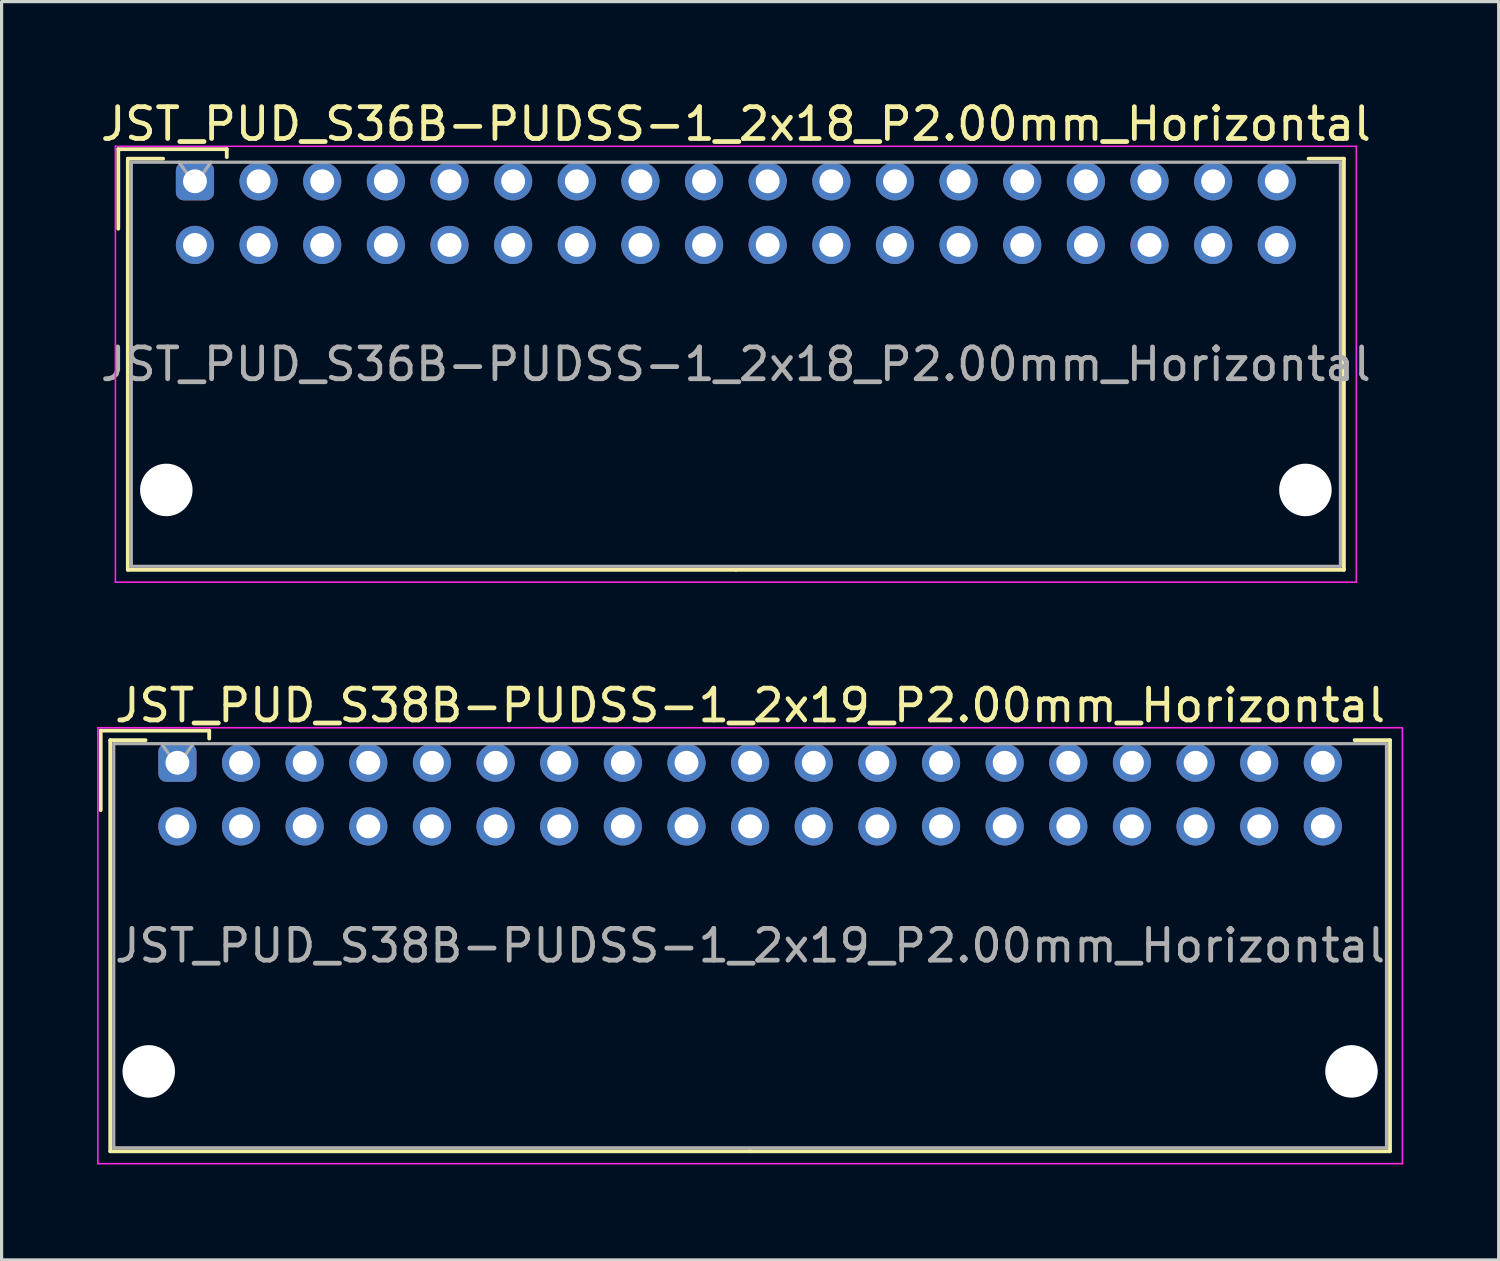
<source format=kicad_pcb>
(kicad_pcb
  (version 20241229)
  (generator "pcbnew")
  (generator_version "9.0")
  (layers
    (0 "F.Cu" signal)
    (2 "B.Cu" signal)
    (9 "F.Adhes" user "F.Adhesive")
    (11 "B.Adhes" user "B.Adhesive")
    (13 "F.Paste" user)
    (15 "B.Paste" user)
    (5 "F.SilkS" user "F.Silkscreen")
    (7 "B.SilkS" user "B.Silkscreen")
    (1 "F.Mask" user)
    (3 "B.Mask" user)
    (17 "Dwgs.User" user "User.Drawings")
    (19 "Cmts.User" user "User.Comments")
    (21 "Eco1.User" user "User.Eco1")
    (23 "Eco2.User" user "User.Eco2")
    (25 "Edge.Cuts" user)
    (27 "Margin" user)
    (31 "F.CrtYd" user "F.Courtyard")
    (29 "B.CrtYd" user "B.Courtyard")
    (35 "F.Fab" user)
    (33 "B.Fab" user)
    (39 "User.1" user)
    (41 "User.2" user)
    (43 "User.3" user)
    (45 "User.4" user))
  (footprint "JST_PUD_S36B-PUDSS-1_2x18_P2.00mm_Horizontal"
    (layer "F.Cu")
    (at 3.077 2.648)
    (property "Reference" "JST_PUD_S36B-PUDSS-1_2x18_P2.00mm_Horizontal" (at 17 -1.8 0) (layer "F.SilkS") (effects (font (size 1 1) (thickness 0.15))))
    (attr through_hole)
    (fp_line (start -2.41 -1.01) (end -2.41 1.49) (stroke (width 0.12) (type solid)) (layer "F.SilkS"))
    (fp_line (start -2.11 -0.71) (end -2.11 12.21) (stroke (width 0.12) (type solid)) (layer "F.SilkS"))
    (fp_line (start -2.11 12.21) (end 17 12.21) (stroke (width 0.12) (type solid)) (layer "F.SilkS"))
    (fp_line (start -1 -0.71) (end -2.11 -0.71) (stroke (width 0.12) (type solid)) (layer "F.SilkS"))
    (fp_line (start 1 -1.01) (end -2.41 -1.01) (stroke (width 0.12) (type solid)) (layer "F.SilkS"))
    (fp_line (start 1 -0.76) (end 1 -1.01) (stroke (width 0.12) (type solid)) (layer "F.SilkS"))
    (fp_line (start 35 -0.71) (end 36.11 -0.71) (stroke (width 0.12) (type solid)) (layer "F.SilkS"))
    (fp_line (start 36.11 -0.71) (end 36.11 12.21) (stroke (width 0.12) (type solid)) (layer "F.SilkS"))
    (fp_line (start 36.11 12.21) (end 17 12.21) (stroke (width 0.12) (type solid)) (layer "F.SilkS"))
    (fp_line (start -2.5 -1.1) (end -2.5 12.6) (stroke (width 0.05) (type solid)) (layer "F.CrtYd"))
    (fp_line (start -2.5 12.6) (end 36.5 12.6) (stroke (width 0.05) (type solid)) (layer "F.CrtYd"))
    (fp_line (start 36.5 -1.1) (end -2.5 -1.1) (stroke (width 0.05) (type solid)) (layer "F.CrtYd"))
    (fp_line (start 36.5 12.6) (end 36.5 -1.1) (stroke (width 0.05) (type solid)) (layer "F.CrtYd"))
    (fp_line (start -2 -0.6) (end -2 12.1) (stroke (width 0.1) (type solid)) (layer "F.Fab"))
    (fp_line (start -2 12.1) (end 36 12.1) (stroke (width 0.1) (type solid)) (layer "F.Fab"))
    (fp_line (start 0 0.107) (end -0.5 -0.6) (stroke (width 0.1) (type solid)) (layer "F.Fab"))
    (fp_line (start 0.5 -0.6) (end 0 0.107) (stroke (width 0.1) (type solid)) (layer "F.Fab"))
    (fp_line (start 36 -0.6) (end -2 -0.6) (stroke (width 0.1) (type solid)) (layer "F.Fab"))
    (fp_line (start 36 12.1) (end 36 -0.6) (stroke (width 0.1) (type solid)) (layer "F.Fab"))
    (fp_text user "${REFERENCE}" (at 17 5.75 0) (layer "F.Fab") (effects (font (size 1 1) (thickness 0.15))))
    (pad "" np_thru_hole circle (at -0.9 9.7) (size 1.65 1.65) (drill 1.65) (layers "*.Cu" "*.Mask"))
    (pad "" np_thru_hole circle (at 34.9 9.7) (size 1.65 1.65) (drill 1.65) (layers "*.Cu" "*.Mask"))
    (pad "1" thru_hole roundrect (at 0 0) (size 1.2 1.2) (drill 0.75) (layers "*.Cu" "*.Mask") (roundrect_rratio 0.208))
    (pad "2" thru_hole circle (at 0 2) (size 1.2 1.2) (drill 0.75) (layers "*.Cu" "*.Mask"))
    (pad "3" thru_hole circle (at 2 0) (size 1.2 1.2) (drill 0.75) (layers "*.Cu" "*.Mask"))
    (pad "4" thru_hole circle (at 2 2) (size 1.2 1.2) (drill 0.75) (layers "*.Cu" "*.Mask"))
    (pad "5" thru_hole circle (at 4 0) (size 1.2 1.2) (drill 0.75) (layers "*.Cu" "*.Mask"))
    (pad "6" thru_hole circle (at 4 2) (size 1.2 1.2) (drill 0.75) (layers "*.Cu" "*.Mask"))
    (pad "7" thru_hole circle (at 6 0) (size 1.2 1.2) (drill 0.75) (layers "*.Cu" "*.Mask"))
    (pad "8" thru_hole circle (at 6 2) (size 1.2 1.2) (drill 0.75) (layers "*.Cu" "*.Mask"))
    (pad "9" thru_hole circle (at 8 0) (size 1.2 1.2) (drill 0.75) (layers "*.Cu" "*.Mask"))
    (pad "10" thru_hole circle (at 8 2) (size 1.2 1.2) (drill 0.75) (layers "*.Cu" "*.Mask"))
    (pad "11" thru_hole circle (at 10 0) (size 1.2 1.2) (drill 0.75) (layers "*.Cu" "*.Mask"))
    (pad "12" thru_hole circle (at 10 2) (size 1.2 1.2) (drill 0.75) (layers "*.Cu" "*.Mask"))
    (pad "13" thru_hole circle (at 12 0) (size 1.2 1.2) (drill 0.75) (layers "*.Cu" "*.Mask"))
    (pad "14" thru_hole circle (at 12 2) (size 1.2 1.2) (drill 0.75) (layers "*.Cu" "*.Mask"))
    (pad "15" thru_hole circle (at 14 0) (size 1.2 1.2) (drill 0.75) (layers "*.Cu" "*.Mask"))
    (pad "16" thru_hole circle (at 14 2) (size 1.2 1.2) (drill 0.75) (layers "*.Cu" "*.Mask"))
    (pad "17" thru_hole circle (at 16 0) (size 1.2 1.2) (drill 0.75) (layers "*.Cu" "*.Mask"))
    (pad "18" thru_hole circle (at 16 2) (size 1.2 1.2) (drill 0.75) (layers "*.Cu" "*.Mask"))
    (pad "19" thru_hole circle (at 18 0) (size 1.2 1.2) (drill 0.75) (layers "*.Cu" "*.Mask"))
    (pad "20" thru_hole circle (at 18 2) (size 1.2 1.2) (drill 0.75) (layers "*.Cu" "*.Mask"))
    (pad "21" thru_hole circle (at 20 0) (size 1.2 1.2) (drill 0.75) (layers "*.Cu" "*.Mask"))
    (pad "22" thru_hole circle (at 20 2) (size 1.2 1.2) (drill 0.75) (layers "*.Cu" "*.Mask"))
    (pad "23" thru_hole circle (at 22 0) (size 1.2 1.2) (drill 0.75) (layers "*.Cu" "*.Mask"))
    (pad "24" thru_hole circle (at 22 2) (size 1.2 1.2) (drill 0.75) (layers "*.Cu" "*.Mask"))
    (pad "25" thru_hole circle (at 24 0) (size 1.2 1.2) (drill 0.75) (layers "*.Cu" "*.Mask"))
    (pad "26" thru_hole circle (at 24 2) (size 1.2 1.2) (drill 0.75) (layers "*.Cu" "*.Mask"))
    (pad "27" thru_hole circle (at 26 0) (size 1.2 1.2) (drill 0.75) (layers "*.Cu" "*.Mask"))
    (pad "28" thru_hole circle (at 26 2) (size 1.2 1.2) (drill 0.75) (layers "*.Cu" "*.Mask"))
    (pad "29" thru_hole circle (at 28 0) (size 1.2 1.2) (drill 0.75) (layers "*.Cu" "*.Mask"))
    (pad "30" thru_hole circle (at 28 2) (size 1.2 1.2) (drill 0.75) (layers "*.Cu" "*.Mask"))
    (pad "31" thru_hole circle (at 30 0) (size 1.2 1.2) (drill 0.75) (layers "*.Cu" "*.Mask"))
    (pad "32" thru_hole circle (at 30 2) (size 1.2 1.2) (drill 0.75) (layers "*.Cu" "*.Mask"))
    (pad "33" thru_hole circle (at 32 0) (size 1.2 1.2) (drill 0.75) (layers "*.Cu" "*.Mask"))
    (pad "34" thru_hole circle (at 32 2) (size 1.2 1.2) (drill 0.75) (layers "*.Cu" "*.Mask"))
    (pad "35" thru_hole circle (at 34 0) (size 1.2 1.2) (drill 0.75) (layers "*.Cu" "*.Mask"))
    (pad "36" thru_hole circle (at 34 2) (size 1.2 1.2) (drill 0.75) (layers "*.Cu" "*.Mask")))
  (footprint "JST_PUD_S38B-PUDSS-1_2x19_P2.00mm_Horizontal"
    (layer "F.Cu")
    (at 2.525 20.922)
    (property "Reference" "JST_PUD_S38B-PUDSS-1_2x19_P2.00mm_Horizontal" (at 18 -1.8 0) (layer "F.SilkS") (effects (font (size 1 1) (thickness 0.15))))
    (attr through_hole)
    (fp_line (start -2.41 -1.01) (end -2.41 1.49) (stroke (width 0.12) (type solid)) (layer "F.SilkS"))
    (fp_line (start -2.11 -0.71) (end -2.11 12.21) (stroke (width 0.12) (type solid)) (layer "F.SilkS"))
    (fp_line (start -2.11 12.21) (end 18 12.21) (stroke (width 0.12) (type solid)) (layer "F.SilkS"))
    (fp_line (start -1 -0.71) (end -2.11 -0.71) (stroke (width 0.12) (type solid)) (layer "F.SilkS"))
    (fp_line (start 1 -1.01) (end -2.41 -1.01) (stroke (width 0.12) (type solid)) (layer "F.SilkS"))
    (fp_line (start 1 -0.76) (end 1 -1.01) (stroke (width 0.12) (type solid)) (layer "F.SilkS"))
    (fp_line (start 37 -0.71) (end 38.11 -0.71) (stroke (width 0.12) (type solid)) (layer "F.SilkS"))
    (fp_line (start 38.11 -0.71) (end 38.11 12.21) (stroke (width 0.12) (type solid)) (layer "F.SilkS"))
    (fp_line (start 38.11 12.21) (end 18 12.21) (stroke (width 0.12) (type solid)) (layer "F.SilkS"))
    (fp_line (start -2.5 -1.1) (end -2.5 12.6) (stroke (width 0.05) (type solid)) (layer "F.CrtYd"))
    (fp_line (start -2.5 12.6) (end 38.5 12.6) (stroke (width 0.05) (type solid)) (layer "F.CrtYd"))
    (fp_line (start 38.5 -1.1) (end -2.5 -1.1) (stroke (width 0.05) (type solid)) (layer "F.CrtYd"))
    (fp_line (start 38.5 12.6) (end 38.5 -1.1) (stroke (width 0.05) (type solid)) (layer "F.CrtYd"))
    (fp_line (start -2 -0.6) (end -2 12.1) (stroke (width 0.1) (type solid)) (layer "F.Fab"))
    (fp_line (start -2 12.1) (end 38 12.1) (stroke (width 0.1) (type solid)) (layer "F.Fab"))
    (fp_line (start 0 0.107) (end -0.5 -0.6) (stroke (width 0.1) (type solid)) (layer "F.Fab"))
    (fp_line (start 0.5 -0.6) (end 0 0.107) (stroke (width 0.1) (type solid)) (layer "F.Fab"))
    (fp_line (start 38 -0.6) (end -2 -0.6) (stroke (width 0.1) (type solid)) (layer "F.Fab"))
    (fp_line (start 38 12.1) (end 38 -0.6) (stroke (width 0.1) (type solid)) (layer "F.Fab"))
    (fp_text user "${REFERENCE}" (at 18 5.75 0) (layer "F.Fab") (effects (font (size 1 1) (thickness 0.15))))
    (pad "" np_thru_hole circle (at -0.9 9.7) (size 1.65 1.65) (drill 1.65) (layers "*.Cu" "*.Mask"))
    (pad "" np_thru_hole circle (at 36.9 9.7) (size 1.65 1.65) (drill 1.65) (layers "*.Cu" "*.Mask"))
    (pad "1" thru_hole roundrect (at 0 0) (size 1.2 1.2) (drill 0.75) (layers "*.Cu" "*.Mask") (roundrect_rratio 0.208))
    (pad "2" thru_hole circle (at 0 2) (size 1.2 1.2) (drill 0.75) (layers "*.Cu" "*.Mask"))
    (pad "3" thru_hole circle (at 2 0) (size 1.2 1.2) (drill 0.75) (layers "*.Cu" "*.Mask"))
    (pad "4" thru_hole circle (at 2 2) (size 1.2 1.2) (drill 0.75) (layers "*.Cu" "*.Mask"))
    (pad "5" thru_hole circle (at 4 0) (size 1.2 1.2) (drill 0.75) (layers "*.Cu" "*.Mask"))
    (pad "6" thru_hole circle (at 4 2) (size 1.2 1.2) (drill 0.75) (layers "*.Cu" "*.Mask"))
    (pad "7" thru_hole circle (at 6 0) (size 1.2 1.2) (drill 0.75) (layers "*.Cu" "*.Mask"))
    (pad "8" thru_hole circle (at 6 2) (size 1.2 1.2) (drill 0.75) (layers "*.Cu" "*.Mask"))
    (pad "9" thru_hole circle (at 8 0) (size 1.2 1.2) (drill 0.75) (layers "*.Cu" "*.Mask"))
    (pad "10" thru_hole circle (at 8 2) (size 1.2 1.2) (drill 0.75) (layers "*.Cu" "*.Mask"))
    (pad "11" thru_hole circle (at 10 0) (size 1.2 1.2) (drill 0.75) (layers "*.Cu" "*.Mask"))
    (pad "12" thru_hole circle (at 10 2) (size 1.2 1.2) (drill 0.75) (layers "*.Cu" "*.Mask"))
    (pad "13" thru_hole circle (at 12 0) (size 1.2 1.2) (drill 0.75) (layers "*.Cu" "*.Mask"))
    (pad "14" thru_hole circle (at 12 2) (size 1.2 1.2) (drill 0.75) (layers "*.Cu" "*.Mask"))
    (pad "15" thru_hole circle (at 14 0) (size 1.2 1.2) (drill 0.75) (layers "*.Cu" "*.Mask"))
    (pad "16" thru_hole circle (at 14 2) (size 1.2 1.2) (drill 0.75) (layers "*.Cu" "*.Mask"))
    (pad "17" thru_hole circle (at 16 0) (size 1.2 1.2) (drill 0.75) (layers "*.Cu" "*.Mask"))
    (pad "18" thru_hole circle (at 16 2) (size 1.2 1.2) (drill 0.75) (layers "*.Cu" "*.Mask"))
    (pad "19" thru_hole circle (at 18 0) (size 1.2 1.2) (drill 0.75) (layers "*.Cu" "*.Mask"))
    (pad "20" thru_hole circle (at 18 2) (size 1.2 1.2) (drill 0.75) (layers "*.Cu" "*.Mask"))
    (pad "21" thru_hole circle (at 20 0) (size 1.2 1.2) (drill 0.75) (layers "*.Cu" "*.Mask"))
    (pad "22" thru_hole circle (at 20 2) (size 1.2 1.2) (drill 0.75) (layers "*.Cu" "*.Mask"))
    (pad "23" thru_hole circle (at 22 0) (size 1.2 1.2) (drill 0.75) (layers "*.Cu" "*.Mask"))
    (pad "24" thru_hole circle (at 22 2) (size 1.2 1.2) (drill 0.75) (layers "*.Cu" "*.Mask"))
    (pad "25" thru_hole circle (at 24 0) (size 1.2 1.2) (drill 0.75) (layers "*.Cu" "*.Mask"))
    (pad "26" thru_hole circle (at 24 2) (size 1.2 1.2) (drill 0.75) (layers "*.Cu" "*.Mask"))
    (pad "27" thru_hole circle (at 26 0) (size 1.2 1.2) (drill 0.75) (layers "*.Cu" "*.Mask"))
    (pad "28" thru_hole circle (at 26 2) (size 1.2 1.2) (drill 0.75) (layers "*.Cu" "*.Mask"))
    (pad "29" thru_hole circle (at 28 0) (size 1.2 1.2) (drill 0.75) (layers "*.Cu" "*.Mask"))
    (pad "30" thru_hole circle (at 28 2) (size 1.2 1.2) (drill 0.75) (layers "*.Cu" "*.Mask"))
    (pad "31" thru_hole circle (at 30 0) (size 1.2 1.2) (drill 0.75) (layers "*.Cu" "*.Mask"))
    (pad "32" thru_hole circle (at 30 2) (size 1.2 1.2) (drill 0.75) (layers "*.Cu" "*.Mask"))
    (pad "33" thru_hole circle (at 32 0) (size 1.2 1.2) (drill 0.75) (layers "*.Cu" "*.Mask"))
    (pad "34" thru_hole circle (at 32 2) (size 1.2 1.2) (drill 0.75) (layers "*.Cu" "*.Mask"))
    (pad "35" thru_hole circle (at 34 0) (size 1.2 1.2) (drill 0.75) (layers "*.Cu" "*.Mask"))
    (pad "36" thru_hole circle (at 34 2) (size 1.2 1.2) (drill 0.75) (layers "*.Cu" "*.Mask"))
    (pad "37" thru_hole circle (at 36 0) (size 1.2 1.2) (drill 0.75) (layers "*.Cu" "*.Mask"))
    (pad "38" thru_hole circle (at 36 2) (size 1.2 1.2) (drill 0.75) (layers "*.Cu" "*.Mask")))
  (gr_rect
    (start -3 -3)
    (end 44.05 36.547)
    (stroke (width 0.1) (type default))
    (fill no)
    (layer "Edge.Cuts")))
</source>
